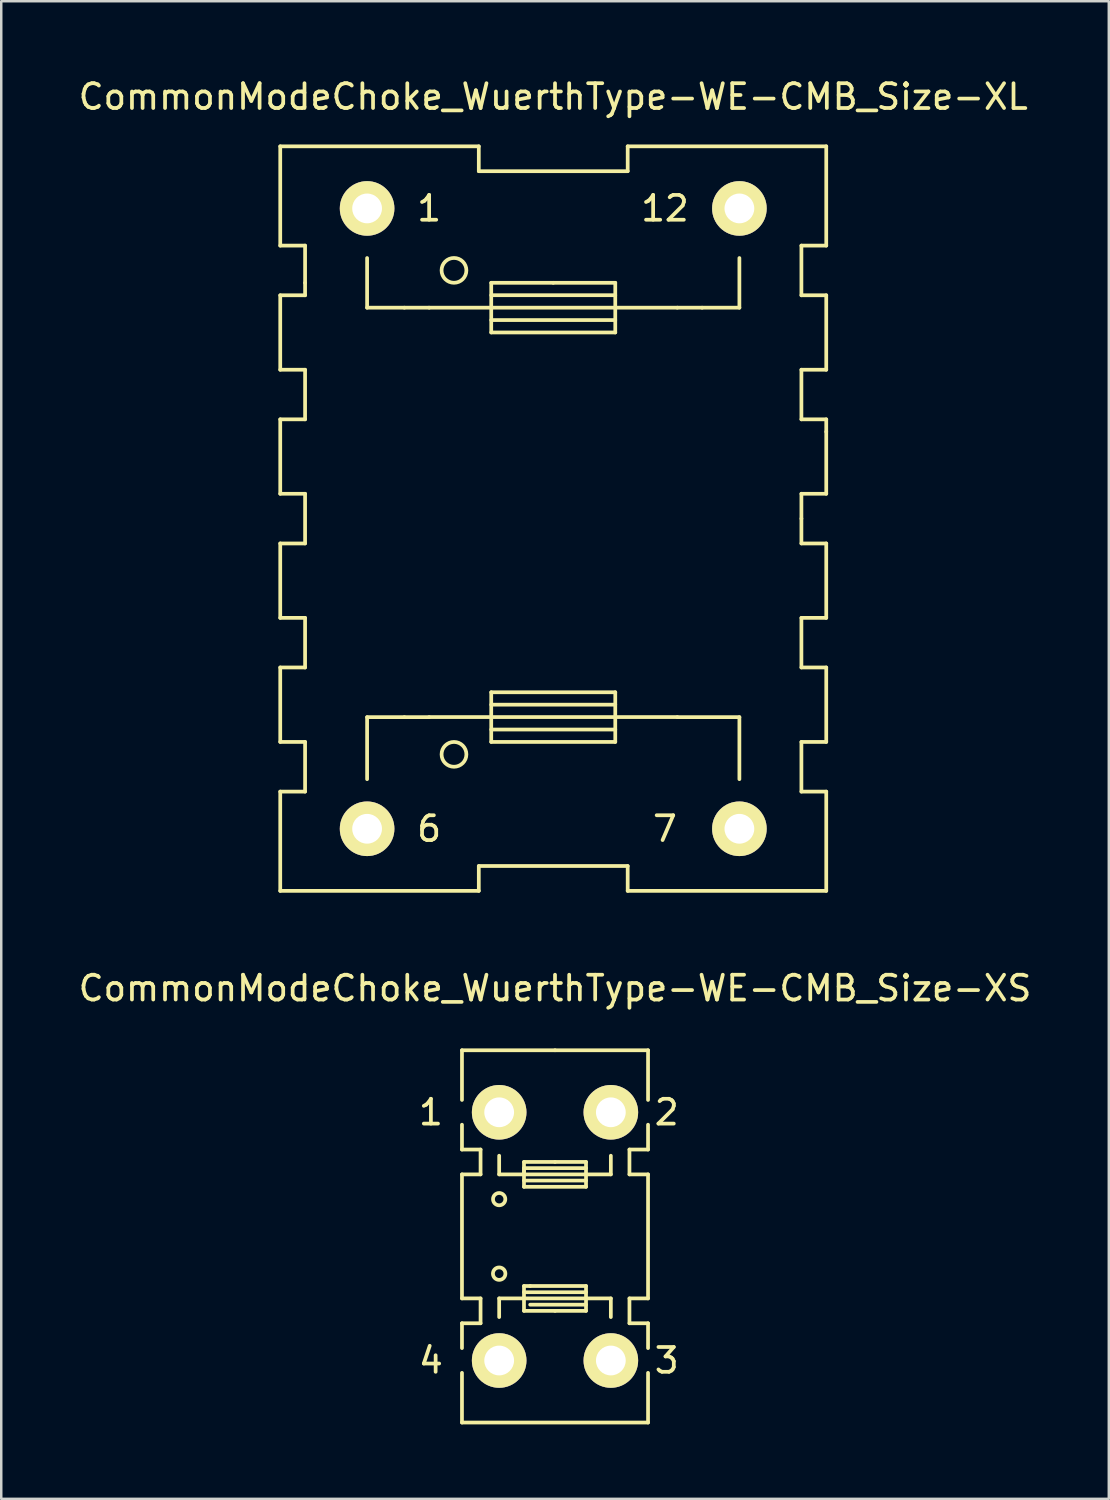
<source format=kicad_pcb>
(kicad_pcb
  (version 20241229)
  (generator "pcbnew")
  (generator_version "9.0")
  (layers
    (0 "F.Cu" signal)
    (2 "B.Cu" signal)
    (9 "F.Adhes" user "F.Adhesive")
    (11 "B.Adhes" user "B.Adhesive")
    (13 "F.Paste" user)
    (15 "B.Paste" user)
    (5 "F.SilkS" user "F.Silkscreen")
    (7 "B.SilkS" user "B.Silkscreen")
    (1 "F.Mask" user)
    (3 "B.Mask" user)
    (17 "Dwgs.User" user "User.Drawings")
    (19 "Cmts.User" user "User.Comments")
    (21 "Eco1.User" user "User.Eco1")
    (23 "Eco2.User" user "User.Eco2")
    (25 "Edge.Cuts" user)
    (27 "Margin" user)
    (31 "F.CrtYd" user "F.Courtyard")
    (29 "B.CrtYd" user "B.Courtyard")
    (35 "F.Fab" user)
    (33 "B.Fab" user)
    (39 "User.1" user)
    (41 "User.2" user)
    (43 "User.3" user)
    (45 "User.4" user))
  (footprint "CommonModeChoke_WuerthType-WE-CMB_Size-XS"
    (layer "F.Cu")
    (at 19.315 46.773)
    (property "Reference" "CommonModeChoke_WuerthType-WE-CMB_Size-XS" (at 0 -10 0) (layer "F.SilkS") (effects (font (size 1 1) (thickness 0.15))))
    (attr through_hole)
    (fp_line (start -3.749 -7.501) (end 0 -7.501) (stroke (width 0.15) (type solid)) (layer "F.SilkS"))
    (fp_line (start -3.749 -5.499) (end -3.749 -7.501) (stroke (width 0.15) (type solid)) (layer "F.SilkS"))
    (fp_line (start -3.749 -3.5) (end -3.749 -4.501) (stroke (width 0.15) (type solid)) (layer "F.SilkS"))
    (fp_line (start -3.749 -2.499) (end -3 -2.499) (stroke (width 0.15) (type solid)) (layer "F.SilkS"))
    (fp_line (start -3.749 2.499) (end -3.749 -2.499) (stroke (width 0.15) (type solid)) (layer "F.SilkS"))
    (fp_line (start -3.749 3.5) (end -3 3.5) (stroke (width 0.15) (type solid)) (layer "F.SilkS"))
    (fp_line (start -3.749 4.501) (end -3.749 3.5) (stroke (width 0.15) (type solid)) (layer "F.SilkS"))
    (fp_line (start -3.749 7.501) (end -3.749 5.499) (stroke (width 0.15) (type solid)) (layer "F.SilkS"))
    (fp_line (start -3 -3.5) (end -3.749 -3.5) (stroke (width 0.15) (type solid)) (layer "F.SilkS"))
    (fp_line (start -3 -2.499) (end -3 -3.5) (stroke (width 0.15) (type solid)) (layer "F.SilkS"))
    (fp_line (start -3 2.499) (end -3.749 2.499) (stroke (width 0.15) (type solid)) (layer "F.SilkS"))
    (fp_line (start -3 3.5) (end -3 2.499) (stroke (width 0.15) (type solid)) (layer "F.SilkS"))
    (fp_line (start -2.25 -2.499) (end -2.25 -3.251) (stroke (width 0.15) (type solid)) (layer "F.SilkS"))
    (fp_line (start -2.25 2.499) (end -2.25 3.251) (stroke (width 0.15) (type solid)) (layer "F.SilkS"))
    (fp_line (start -1.25 -3) (end 0 -3) (stroke (width 0.15) (type solid)) (layer "F.SilkS"))
    (fp_line (start -1.25 -2.751) (end -1.25 -2.499) (stroke (width 0.15) (type solid)) (layer "F.SilkS"))
    (fp_line (start -1.25 -2.499) (end -2.25 -2.499) (stroke (width 0.15) (type solid)) (layer "F.SilkS"))
    (fp_line (start -1.25 -2.25) (end 1.25 -2.25) (stroke (width 0.15) (type solid)) (layer "F.SilkS"))
    (fp_line (start -1.25 -1.999) (end -1.25 -3) (stroke (width 0.15) (type solid)) (layer "F.SilkS"))
    (fp_line (start -1.25 1.999) (end -1.25 3) (stroke (width 0.15) (type solid)) (layer "F.SilkS"))
    (fp_line (start -1.25 2.499) (end -2.25 2.499) (stroke (width 0.15) (type solid)) (layer "F.SilkS"))
    (fp_line (start -1.25 3) (end 0 3) (stroke (width 0.15) (type solid)) (layer "F.SilkS"))
    (fp_line (start -1.001 1.999) (end -1.25 1.999) (stroke (width 0.15) (type solid)) (layer "F.SilkS"))
    (fp_line (start 0 -7.501) (end 3.749 -7.501) (stroke (width 0.15) (type solid)) (layer "F.SilkS"))
    (fp_line (start 0 -3) (end 1.25 -3) (stroke (width 0.15) (type solid)) (layer "F.SilkS"))
    (fp_line (start 0 3) (end 1.25 3) (stroke (width 0.15) (type solid)) (layer "F.SilkS"))
    (fp_line (start 1.25 -3) (end 1.25 -1.999) (stroke (width 0.15) (type solid)) (layer "F.SilkS"))
    (fp_line (start 1.25 -2.751) (end -1.25 -2.751) (stroke (width 0.15) (type solid)) (layer "F.SilkS"))
    (fp_line (start 1.25 -2.499) (end -1.25 -2.499) (stroke (width 0.15) (type solid)) (layer "F.SilkS"))
    (fp_line (start 1.25 -2.499) (end 2.25 -2.499) (stroke (width 0.15) (type solid)) (layer "F.SilkS"))
    (fp_line (start 1.25 -1.999) (end -1.25 -1.999) (stroke (width 0.15) (type solid)) (layer "F.SilkS"))
    (fp_line (start 1.25 1.999) (end -1.001 1.999) (stroke (width 0.15) (type solid)) (layer "F.SilkS"))
    (fp_line (start 1.25 2.25) (end -1.25 2.25) (stroke (width 0.15) (type solid)) (layer "F.SilkS"))
    (fp_line (start 1.25 2.499) (end -1.25 2.499) (stroke (width 0.15) (type solid)) (layer "F.SilkS"))
    (fp_line (start 1.25 2.499) (end 2.25 2.499) (stroke (width 0.15) (type solid)) (layer "F.SilkS"))
    (fp_line (start 1.25 2.751) (end -1.001 2.751) (stroke (width 0.15) (type solid)) (layer "F.SilkS"))
    (fp_line (start 1.25 3) (end 1.25 1.999) (stroke (width 0.15) (type solid)) (layer "F.SilkS"))
    (fp_line (start 2.25 -2.499) (end 2.25 -3.251) (stroke (width 0.15) (type solid)) (layer "F.SilkS"))
    (fp_line (start 2.25 2.499) (end 2.25 3.251) (stroke (width 0.15) (type solid)) (layer "F.SilkS"))
    (fp_line (start 3 -3.5) (end 3 -2.499) (stroke (width 0.15) (type solid)) (layer "F.SilkS"))
    (fp_line (start 3 -2.499) (end 3.749 -2.499) (stroke (width 0.15) (type solid)) (layer "F.SilkS"))
    (fp_line (start 3 2.499) (end 3 3.5) (stroke (width 0.15) (type solid)) (layer "F.SilkS"))
    (fp_line (start 3 3.5) (end 3.749 3.5) (stroke (width 0.15) (type solid)) (layer "F.SilkS"))
    (fp_line (start 3.749 -7.501) (end 3.749 -5.499) (stroke (width 0.15) (type solid)) (layer "F.SilkS"))
    (fp_line (start 3.749 -4.501) (end 3.749 -3.5) (stroke (width 0.15) (type solid)) (layer "F.SilkS"))
    (fp_line (start 3.749 -3.5) (end 3 -3.5) (stroke (width 0.15) (type solid)) (layer "F.SilkS"))
    (fp_line (start 3.749 -2.499) (end 3.749 2.499) (stroke (width 0.15) (type solid)) (layer "F.SilkS"))
    (fp_line (start 3.749 2.499) (end 3 2.499) (stroke (width 0.15) (type solid)) (layer "F.SilkS"))
    (fp_line (start 3.749 3.5) (end 3.749 4.501) (stroke (width 0.15) (type solid)) (layer "F.SilkS"))
    (fp_line (start 3.749 5.499) (end 3.749 7.501) (stroke (width 0.15) (type solid)) (layer "F.SilkS"))
    (fp_line (start 3.749 7.501) (end -3.749 7.501) (stroke (width 0.15) (type solid)) (layer "F.SilkS"))
    (fp_circle (center -2.25 -1.501) (end -2.002 -1.501) (stroke (width 0.15) (type solid)) (fill no) (layer "F.SilkS"))
    (fp_circle (center -2.25 1.501) (end -2.25 1.25) (stroke (width 0.15) (type solid)) (fill no) (layer "F.SilkS"))
    (fp_text user "2" (at 4.501 -5.001 0) (layer "F.SilkS") (effects (font (size 1 1) (thickness 0.15))))
    (fp_text user "3" (at 4.501 5.001 0) (layer "F.SilkS") (effects (font (size 1 1) (thickness 0.15))))
    (fp_text user "1" (at -5.001 -5.001 0) (layer "F.SilkS") (effects (font (size 1 1) (thickness 0.15))))
    (fp_text user "4" (at -5.001 5.001 0) (layer "F.SilkS") (effects (font (size 1 1) (thickness 0.15))))
    (pad "1" thru_hole circle (at -2.25 -5.001) (size 2.2 2.2) (drill 1.199) (layers "*.Cu" "*.Mask" "F.SilkS"))
    (pad "2" thru_hole circle (at 2.25 -5.001) (size 2.2 2.2) (drill 1.199) (layers "*.Cu" "*.Mask" "F.SilkS"))
    (pad "3" thru_hole circle (at 2.25 5.001) (size 2.2 2.2) (drill 1.199) (layers "*.Cu" "*.Mask" "F.SilkS"))
    (pad "4" thru_hole circle (at -2.25 5.001) (size 2.2 2.2) (drill 1.199) (layers "*.Cu" "*.Mask" "F.SilkS")))
  (footprint "CommonModeChoke_WuerthType-WE-CMB_Size-XL"
    (layer "F.Cu")
    (at 19.244 17.848)
    (property "Reference" "CommonModeChoke_WuerthType-WE-CMB_Size-XL" (at 0 -17 0) (layer "F.SilkS") (effects (font (size 1 1) (thickness 0.15))))
    (attr through_hole)
    (fp_line (start -11.001 -15.001) (end -11.001 -11.001) (stroke (width 0.15) (type solid)) (layer "F.SilkS"))
    (fp_line (start -11.001 -11.001) (end -10 -11.001) (stroke (width 0.15) (type solid)) (layer "F.SilkS"))
    (fp_line (start -11.001 -8.999) (end -11.001 -5.999) (stroke (width 0.15) (type solid)) (layer "F.SilkS"))
    (fp_line (start -11.001 -5.999) (end -10 -5.999) (stroke (width 0.15) (type solid)) (layer "F.SilkS"))
    (fp_line (start -11.001 -4) (end -11.001 -1.001) (stroke (width 0.15) (type solid)) (layer "F.SilkS"))
    (fp_line (start -11.001 -1.001) (end -10 -1.001) (stroke (width 0.15) (type solid)) (layer "F.SilkS"))
    (fp_line (start -11.001 1.001) (end -11.001 4) (stroke (width 0.15) (type solid)) (layer "F.SilkS"))
    (fp_line (start -11.001 4) (end -10 4) (stroke (width 0.15) (type solid)) (layer "F.SilkS"))
    (fp_line (start -11.001 5.999) (end -11.001 8.999) (stroke (width 0.15) (type solid)) (layer "F.SilkS"))
    (fp_line (start -11.001 8.999) (end -10 8.999) (stroke (width 0.15) (type solid)) (layer "F.SilkS"))
    (fp_line (start -11.001 11.001) (end -11.001 15.001) (stroke (width 0.15) (type solid)) (layer "F.SilkS"))
    (fp_line (start -10 -11.001) (end -10 -9.5) (stroke (width 0.15) (type solid)) (layer "F.SilkS"))
    (fp_line (start -10 -9.5) (end -10 -8.999) (stroke (width 0.15) (type solid)) (layer "F.SilkS"))
    (fp_line (start -10 -8.999) (end -11.001 -8.999) (stroke (width 0.15) (type solid)) (layer "F.SilkS"))
    (fp_line (start -10 -5.999) (end -10 -4) (stroke (width 0.15) (type solid)) (layer "F.SilkS"))
    (fp_line (start -10 -4) (end -11.001 -4) (stroke (width 0.15) (type solid)) (layer "F.SilkS"))
    (fp_line (start -10 -1.001) (end -10 1.001) (stroke (width 0.15) (type solid)) (layer "F.SilkS"))
    (fp_line (start -10 1.001) (end -11.001 1.001) (stroke (width 0.15) (type solid)) (layer "F.SilkS"))
    (fp_line (start -10 4) (end -10 5.999) (stroke (width 0.15) (type solid)) (layer "F.SilkS"))
    (fp_line (start -10 5.999) (end -11.001 5.999) (stroke (width 0.15) (type solid)) (layer "F.SilkS"))
    (fp_line (start -10 8.999) (end -10 11.001) (stroke (width 0.15) (type solid)) (layer "F.SilkS"))
    (fp_line (start -10 11.001) (end -11.001 11.001) (stroke (width 0.15) (type solid)) (layer "F.SilkS"))
    (fp_line (start -7.501 -8.499) (end -7.501 -10.5) (stroke (width 0.15) (type solid)) (layer "F.SilkS"))
    (fp_line (start -7.501 8.001) (end -7.501 10.5) (stroke (width 0.15) (type solid)) (layer "F.SilkS"))
    (fp_line (start -5.999 -8.499) (end -7.501 -8.499) (stroke (width 0.15) (type solid)) (layer "F.SilkS"))
    (fp_line (start -5.999 8.001) (end -7.501 8.001) (stroke (width 0.15) (type solid)) (layer "F.SilkS"))
    (fp_line (start -5.001 -8.499) (end -5.999 -8.499) (stroke (width 0.15) (type solid)) (layer "F.SilkS"))
    (fp_line (start -5.001 7.998) (end -2.499 7.998) (stroke (width 0.15) (type solid)) (layer "F.SilkS"))
    (fp_line (start -5.001 8.001) (end -5.999 8.001) (stroke (width 0.15) (type solid)) (layer "F.SilkS"))
    (fp_line (start -3 -15.001) (end -11.001 -15.001) (stroke (width 0.15) (type solid)) (layer "F.SilkS"))
    (fp_line (start -3 -14) (end -3 -15.001) (stroke (width 0.15) (type solid)) (layer "F.SilkS"))
    (fp_line (start -3 14) (end -3 15.001) (stroke (width 0.15) (type solid)) (layer "F.SilkS"))
    (fp_line (start -3 15.001) (end -11.001 15.001) (stroke (width 0.15) (type solid)) (layer "F.SilkS"))
    (fp_line (start -2.499 -9.502) (end 0 -9.502) (stroke (width 0.15) (type solid)) (layer "F.SilkS"))
    (fp_line (start -2.499 -8.501) (end -5.001 -8.501) (stroke (width 0.15) (type solid)) (layer "F.SilkS"))
    (fp_line (start -2.499 -8.501) (end 2.499 -8.501) (stroke (width 0.15) (type solid)) (layer "F.SilkS"))
    (fp_line (start -2.499 -8.001) (end 2.499 -8.001) (stroke (width 0.15) (type solid)) (layer "F.SilkS"))
    (fp_line (start -2.499 -7.501) (end -2.499 -9.502) (stroke (width 0.15) (type solid)) (layer "F.SilkS"))
    (fp_line (start -2.499 6.998) (end 2.499 6.998) (stroke (width 0.15) (type solid)) (layer "F.SilkS"))
    (fp_line (start -2.499 8.499) (end 2.499 8.499) (stroke (width 0.15) (type solid)) (layer "F.SilkS"))
    (fp_line (start -2.499 8.999) (end -2.499 6.998) (stroke (width 0.15) (type solid)) (layer "F.SilkS"))
    (fp_line (start 0 -9.502) (end 2.499 -9.502) (stroke (width 0.15) (type solid)) (layer "F.SilkS"))
    (fp_line (start 2.499 -9.502) (end 2.499 -7.501) (stroke (width 0.15) (type solid)) (layer "F.SilkS"))
    (fp_line (start 2.499 -9.002) (end -2.499 -9.002) (stroke (width 0.15) (type solid)) (layer "F.SilkS"))
    (fp_line (start 2.499 -8.501) (end 5.001 -8.501) (stroke (width 0.15) (type solid)) (layer "F.SilkS"))
    (fp_line (start 2.499 -7.501) (end -2.499 -7.501) (stroke (width 0.15) (type solid)) (layer "F.SilkS"))
    (fp_line (start 2.499 6.998) (end 2.499 8.999) (stroke (width 0.15) (type solid)) (layer "F.SilkS"))
    (fp_line (start 2.499 7.498) (end -2.499 7.498) (stroke (width 0.15) (type solid)) (layer "F.SilkS"))
    (fp_line (start 2.499 7.998) (end -2.499 7.998) (stroke (width 0.15) (type solid)) (layer "F.SilkS"))
    (fp_line (start 2.499 8.999) (end -2.499 8.999) (stroke (width 0.15) (type solid)) (layer "F.SilkS"))
    (fp_line (start 3 -15.001) (end 3 -14) (stroke (width 0.15) (type solid)) (layer "F.SilkS"))
    (fp_line (start 3 -14) (end -3 -14) (stroke (width 0.15) (type solid)) (layer "F.SilkS"))
    (fp_line (start 3 14) (end -3 14) (stroke (width 0.15) (type solid)) (layer "F.SilkS"))
    (fp_line (start 3 15.001) (end 3 14) (stroke (width 0.15) (type solid)) (layer "F.SilkS"))
    (fp_line (start 5.001 -8.499) (end 5.999 -8.499) (stroke (width 0.15) (type solid)) (layer "F.SilkS"))
    (fp_line (start 5.001 7.998) (end 2.499 7.998) (stroke (width 0.15) (type solid)) (layer "F.SilkS"))
    (fp_line (start 5.001 8.001) (end 7.501 8.001) (stroke (width 0.15) (type solid)) (layer "F.SilkS"))
    (fp_line (start 5.999 -8.499) (end 7.501 -8.499) (stroke (width 0.15) (type solid)) (layer "F.SilkS"))
    (fp_line (start 7.501 -8.499) (end 7.501 -10.5) (stroke (width 0.15) (type solid)) (layer "F.SilkS"))
    (fp_line (start 7.501 8.001) (end 7.501 10.5) (stroke (width 0.15) (type solid)) (layer "F.SilkS"))
    (fp_line (start 10 -11.001) (end 11.001 -11.001) (stroke (width 0.15) (type solid)) (layer "F.SilkS"))
    (fp_line (start 10 -8.999) (end 10 -11.001) (stroke (width 0.15) (type solid)) (layer "F.SilkS"))
    (fp_line (start 10 -5.999) (end 11.001 -5.999) (stroke (width 0.15) (type solid)) (layer "F.SilkS"))
    (fp_line (start 10 -4) (end 10 -5.999) (stroke (width 0.15) (type solid)) (layer "F.SilkS"))
    (fp_line (start 10 -1.001) (end 11.001 -1.001) (stroke (width 0.15) (type solid)) (layer "F.SilkS"))
    (fp_line (start 10 0) (end 10 -1.001) (stroke (width 0.15) (type solid)) (layer "F.SilkS"))
    (fp_line (start 10 0) (end 10 1.001) (stroke (width 0.15) (type solid)) (layer "F.SilkS"))
    (fp_line (start 10 1.001) (end 11.001 1.001) (stroke (width 0.15) (type solid)) (layer "F.SilkS"))
    (fp_line (start 10 4) (end 10 5.999) (stroke (width 0.15) (type solid)) (layer "F.SilkS"))
    (fp_line (start 10 5.999) (end 11.001 5.999) (stroke (width 0.15) (type solid)) (layer "F.SilkS"))
    (fp_line (start 10 8.999) (end 10 11.001) (stroke (width 0.15) (type solid)) (layer "F.SilkS"))
    (fp_line (start 10 11.001) (end 11.001 11.001) (stroke (width 0.15) (type solid)) (layer "F.SilkS"))
    (fp_line (start 11.001 -15.001) (end 3 -15.001) (stroke (width 0.15) (type solid)) (layer "F.SilkS"))
    (fp_line (start 11.001 -11.001) (end 11.001 -15.001) (stroke (width 0.15) (type solid)) (layer "F.SilkS"))
    (fp_line (start 11.001 -8.999) (end 10 -8.999) (stroke (width 0.15) (type solid)) (layer "F.SilkS"))
    (fp_line (start 11.001 -5.999) (end 11.001 -8.999) (stroke (width 0.15) (type solid)) (layer "F.SilkS"))
    (fp_line (start 11.001 -4) (end 10 -4) (stroke (width 0.15) (type solid)) (layer "F.SilkS"))
    (fp_line (start 11.001 -3.5) (end 11.001 -4) (stroke (width 0.15) (type solid)) (layer "F.SilkS"))
    (fp_line (start 11.001 -1.001) (end 11.001 -3.5) (stroke (width 0.15) (type solid)) (layer "F.SilkS"))
    (fp_line (start 11.001 1.001) (end 11.001 4) (stroke (width 0.15) (type solid)) (layer "F.SilkS"))
    (fp_line (start 11.001 4) (end 10 4) (stroke (width 0.15) (type solid)) (layer "F.SilkS"))
    (fp_line (start 11.001 5.999) (end 11.001 8.999) (stroke (width 0.15) (type solid)) (layer "F.SilkS"))
    (fp_line (start 11.001 8.999) (end 10 8.999) (stroke (width 0.15) (type solid)) (layer "F.SilkS"))
    (fp_line (start 11.001 11.001) (end 11.001 15.001) (stroke (width 0.15) (type solid)) (layer "F.SilkS"))
    (fp_line (start 11.001 15.001) (end 3 15.001) (stroke (width 0.15) (type solid)) (layer "F.SilkS"))
    (fp_circle (center -4 -10.003) (end -3.5 -10.003) (stroke (width 0.15) (type solid)) (fill no) (layer "F.SilkS"))
    (fp_circle (center -4 9.5) (end -3.5 9.5) (stroke (width 0.15) (type solid)) (fill no) (layer "F.SilkS"))
    (fp_text user "12" (at 4.501 -12.499 0) (layer "F.SilkS") (effects (font (size 1 1) (thickness 0.15))))
    (fp_text user "1" (at -5.001 -12.499 0) (layer "F.SilkS") (effects (font (size 1 1) (thickness 0.15))))
    (fp_text user "6" (at -5.001 12.499 0) (layer "F.SilkS") (effects (font (size 1 1) (thickness 0.15))))
    (fp_text user "7" (at 4.501 12.499 0) (layer "F.SilkS") (effects (font (size 1 1) (thickness 0.15))))
    (pad "1" thru_hole circle (at -7.501 -12.499) (size 2.2 2.2) (drill 1.199) (layers "*.Cu" "*.Mask" "F.SilkS"))
    (pad "6" thru_hole circle (at -7.501 12.499) (size 2.2 2.2) (drill 1.199) (layers "*.Cu" "*.Mask" "F.SilkS"))
    (pad "7" thru_hole circle (at 7.501 12.499) (size 2.2 2.2) (drill 1.199) (layers "*.Cu" "*.Mask" "F.SilkS"))
    (pad "12" thru_hole circle (at 7.501 -12.499) (size 2.2 2.2) (drill 1.199) (layers "*.Cu" "*.Mask" "F.SilkS")))
  (gr_rect
    (start -3 -3)
    (end 41.631 57.349)
    (stroke (width 0.1) (type default))
    (fill no)
    (layer "Edge.Cuts")))
</source>
